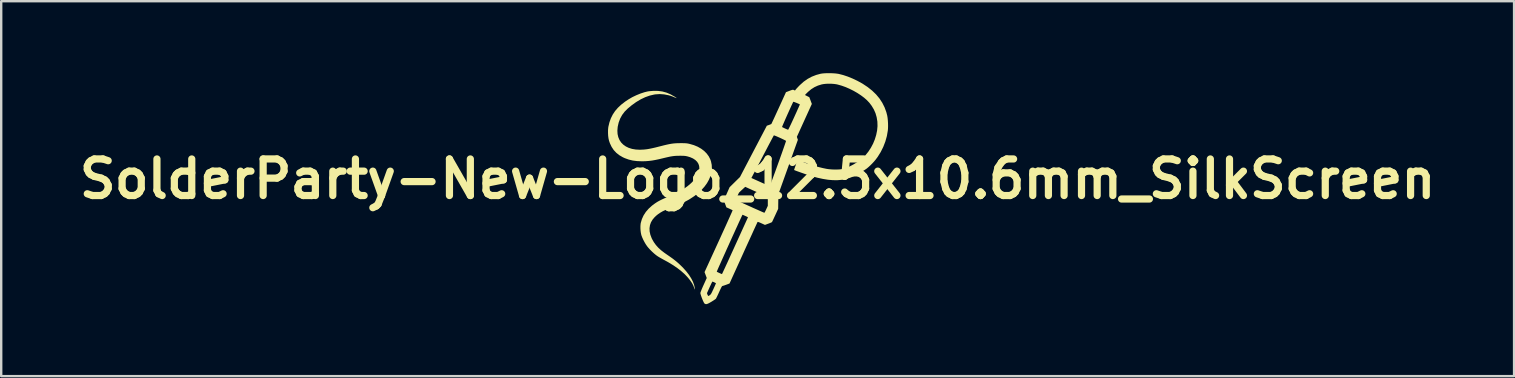
<source format=kicad_pcb>
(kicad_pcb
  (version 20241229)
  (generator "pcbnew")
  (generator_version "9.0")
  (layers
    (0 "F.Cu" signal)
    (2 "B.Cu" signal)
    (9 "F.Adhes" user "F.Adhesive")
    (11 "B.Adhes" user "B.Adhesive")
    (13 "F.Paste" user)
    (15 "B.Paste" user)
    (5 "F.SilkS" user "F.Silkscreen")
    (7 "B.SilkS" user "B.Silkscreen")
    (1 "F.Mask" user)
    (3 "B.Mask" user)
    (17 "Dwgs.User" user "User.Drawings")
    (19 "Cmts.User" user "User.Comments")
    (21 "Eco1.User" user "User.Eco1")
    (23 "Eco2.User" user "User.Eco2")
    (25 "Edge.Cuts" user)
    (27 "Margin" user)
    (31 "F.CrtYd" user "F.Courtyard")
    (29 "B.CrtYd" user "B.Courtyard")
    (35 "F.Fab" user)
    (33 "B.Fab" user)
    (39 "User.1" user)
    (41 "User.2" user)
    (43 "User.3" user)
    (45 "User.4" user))
  (footprint "SolderParty-New-Logo_12.5x10.6mm_SilkScreen"
    (layer "F.Cu")
    (at 28.528 4.41)
    (property "Reference" "SolderParty-New-Logo_12.5x10.6mm_SilkScreen" (at 0 0 0) (layer "F.SilkS") (effects (font (size 1.524 1.524) (thickness 0.3))))
    (attr through_hole)
    (fp_poly (pts (xy -4.149 -3.671) (xy -3.971 -3.647) (xy -3.8 -3.6) (xy -3.633 -3.53) (xy -3.467 -3.436) (xy -3.459 -3.432) (xy -3.411 -3.399) (xy -3.384 -3.379) (xy -3.378 -3.37) (xy -3.393 -3.373) (xy -3.422 -3.384) (xy -3.502 -3.418) (xy -3.565 -3.444) (xy -3.62 -3.463) (xy -3.672 -3.479) (xy -3.708 -3.489) (xy -3.897 -3.526) (xy -4.081 -3.539) (xy -4.26 -3.527) (xy -4.308 -3.52) (xy -4.497 -3.476) (xy -4.686 -3.409) (xy -4.875 -3.319) (xy -5.065 -3.205) (xy -5.256 -3.067) (xy -5.416 -2.934) (xy -5.543 -2.807) (xy -5.648 -2.668) (xy -5.731 -2.516) (xy -5.792 -2.353) (xy -5.832 -2.178) (xy -5.833 -2.17) (xy -5.846 -2.016) (xy -5.838 -1.873) (xy -5.808 -1.743) (xy -5.758 -1.625) (xy -5.689 -1.521) (xy -5.601 -1.432) (xy -5.495 -1.357) (xy -5.372 -1.297) (xy -5.233 -1.254) (xy -5.078 -1.228) (xy -4.908 -1.219) (xy -4.753 -1.226) (xy -4.678 -1.233) (xy -4.605 -1.242) (xy -4.529 -1.255) (xy -4.447 -1.271) (xy -4.354 -1.291) (xy -4.247 -1.316) (xy -4.122 -1.348) (xy -4.05 -1.366) (xy -3.913 -1.401) (xy -3.795 -1.429) (xy -3.692 -1.451) (xy -3.599 -1.468) (xy -3.512 -1.48) (xy -3.427 -1.487) (xy -3.338 -1.492) (xy -3.241 -1.493) (xy -3.212 -1.493) (xy -3.124 -1.493) (xy -3.056 -1.492) (xy -3.001 -1.489) (xy -2.954 -1.485) (xy -2.909 -1.478) (xy -2.861 -1.468) (xy -2.828 -1.46) (xy -2.655 -1.41) (xy -2.497 -1.344) (xy -2.355 -1.263) (xy -2.23 -1.169) (xy -2.124 -1.062) (xy -2.038 -0.945) (xy -1.973 -0.818) (xy -1.945 -0.737) (xy -1.914 -0.587) (xy -1.907 -0.434) (xy -1.924 -0.281) (xy -1.964 -0.128) (xy -2.026 0.023) (xy -2.109 0.172) (xy -2.214 0.317) (xy -2.34 0.458) (xy -2.485 0.592) (xy -2.649 0.72) (xy -2.832 0.84) (xy -2.877 0.867) (xy -3.035 0.952) (xy -3.217 1.037) (xy -3.42 1.121) (xy -3.531 1.163) (xy -3.693 1.225) (xy -3.832 1.285) (xy -3.954 1.344) (xy -4.059 1.405) (xy -4.152 1.468) (xy -4.234 1.535) (xy -4.289 1.587) (xy -4.379 1.693) (xy -4.446 1.806) (xy -4.488 1.926) (xy -4.507 2.052) (xy -4.502 2.184) (xy -4.472 2.322) (xy -4.419 2.463) (xy -4.398 2.507) (xy -4.326 2.634) (xy -4.241 2.752) (xy -4.141 2.864) (xy -4.023 2.972) (xy -3.884 3.079) (xy -3.798 3.139) (xy -3.666 3.23) (xy -3.55 3.312) (xy -3.449 3.39) (xy -3.356 3.466) (xy -3.268 3.545) (xy -3.18 3.629) (xy -3.1 3.71) (xy -2.973 3.852) (xy -2.863 3.995) (xy -2.772 4.137) (xy -2.7 4.276) (xy -2.65 4.41) (xy -2.621 4.537) (xy -2.621 4.543) (xy -2.618 4.579) (xy -2.619 4.6) (xy -2.624 4.602) (xy -2.631 4.587) (xy -2.637 4.565) (xy -2.647 4.531) (xy -2.651 4.521) (xy -2.686 4.431) (xy -2.741 4.331) (xy -2.813 4.226) (xy -2.9 4.118) (xy -2.999 4.011) (xy -3.04 3.969) (xy -3.183 3.841) (xy -3.34 3.718) (xy -3.513 3.599) (xy -3.706 3.481) (xy -3.875 3.388) (xy -3.947 3.349) (xy -4.02 3.308) (xy -4.089 3.269) (xy -4.145 3.235) (xy -4.161 3.225) (xy -4.236 3.172) (xy -4.319 3.103) (xy -4.404 3.025) (xy -4.487 2.942) (xy -4.561 2.86) (xy -4.607 2.803) (xy -4.663 2.721) (xy -4.719 2.626) (xy -4.77 2.527) (xy -4.814 2.429) (xy -4.846 2.342) (xy -4.85 2.326) (xy -4.867 2.248) (xy -4.879 2.155) (xy -4.885 2.057) (xy -4.885 1.961) (xy -4.878 1.876) (xy -4.871 1.832) (xy -4.824 1.671) (xy -4.754 1.518) (xy -4.66 1.373) (xy -4.543 1.238) (xy -4.403 1.111) (xy -4.381 1.094) (xy -4.309 1.04) (xy -4.238 0.991) (xy -4.165 0.945) (xy -4.086 0.902) (xy -3.997 0.857) (xy -3.894 0.81) (xy -3.773 0.758) (xy -3.712 0.732) (xy -3.478 0.628) (xy -3.268 0.521) (xy -3.081 0.411) (xy -2.918 0.297) (xy -2.778 0.178) (xy -2.659 0.056) (xy -2.631 0.021) (xy -2.545 -0.1) (xy -2.482 -0.217) (xy -2.444 -0.33) (xy -2.429 -0.438) (xy -2.437 -0.538) (xy -2.468 -0.632) (xy -2.521 -0.716) (xy -2.597 -0.791) (xy -2.695 -0.856) (xy -2.814 -0.908) (xy -2.919 -0.94) (xy -2.967 -0.951) (xy -3.012 -0.959) (xy -3.06 -0.964) (xy -3.118 -0.967) (xy -3.192 -0.968) (xy -3.244 -0.968) (xy -3.331 -0.967) (xy -3.41 -0.964) (xy -3.484 -0.958) (xy -3.558 -0.948) (xy -3.638 -0.935) (xy -3.727 -0.916) (xy -3.832 -0.892) (xy -3.948 -0.864) (xy -4.115 -0.824) (xy -4.263 -0.793) (xy -4.399 -0.769) (xy -4.526 -0.753) (xy -4.652 -0.743) (xy -4.779 -0.738) (xy -4.83 -0.738) (xy -5.026 -0.746) (xy -5.207 -0.769) (xy -5.376 -0.81) (xy -5.536 -0.868) (xy -5.619 -0.906) (xy -5.765 -0.991) (xy -5.891 -1.091) (xy -5.999 -1.207) (xy -6.087 -1.34) (xy -6.158 -1.489) (xy -6.195 -1.597) (xy -6.216 -1.689) (xy -6.23 -1.798) (xy -6.236 -1.914) (xy -6.236 -2.031) (xy -6.227 -2.138) (xy -6.22 -2.182) (xy -6.177 -2.362) (xy -6.117 -2.53) (xy -6.039 -2.686) (xy -5.942 -2.832) (xy -5.824 -2.969) (xy -5.684 -3.1) (xy -5.521 -3.226) (xy -5.381 -3.319) (xy -5.225 -3.41) (xy -5.056 -3.491) (xy -4.884 -3.561) (xy -4.714 -3.617) (xy -4.6 -3.645) (xy -4.55 -3.654) (xy -4.484 -3.662) (xy -4.41 -3.668) (xy -4.337 -3.673) (xy -4.336 -3.673)) (stroke (width 0) (type solid)) (fill yes) (layer "F.SilkS"))
    (fp_poly (pts (xy 3.133 -4.406) (xy 3.24 -4.399) (xy 3.334 -4.387) (xy 3.381 -4.379) (xy 3.566 -4.332) (xy 3.76 -4.267) (xy 3.958 -4.186) (xy 4.156 -4.092) (xy 4.348 -3.987) (xy 4.378 -3.969) (xy 4.586 -3.831) (xy 4.772 -3.683) (xy 4.936 -3.525) (xy 5.077 -3.356) (xy 5.195 -3.176) (xy 5.29 -2.987) (xy 5.363 -2.788) (xy 5.401 -2.641) (xy 5.416 -2.55) (xy 5.427 -2.441) (xy 5.434 -2.325) (xy 5.436 -2.208) (xy 5.433 -2.099) (xy 5.426 -2.018) (xy 5.386 -1.788) (xy 5.322 -1.56) (xy 5.236 -1.337) (xy 5.129 -1.123) (xy 5.003 -0.921) (xy 4.92 -0.809) (xy 4.855 -0.731) (xy 4.779 -0.649) (xy 4.699 -0.569) (xy 4.62 -0.496) (xy 4.549 -0.437) (xy 4.534 -0.426) (xy 4.474 -0.385) (xy 4.399 -0.336) (xy 4.316 -0.285) (xy 4.229 -0.233) (xy 4.145 -0.185) (xy 4.07 -0.144) (xy 4.009 -0.113) (xy 4.006 -0.112) (xy 3.845 -0.047) (xy 3.679 0.002) (xy 3.507 0.035) (xy 3.327 0.05) (xy 3.136 0.049) (xy 2.934 0.032) (xy 2.719 -0.003) (xy 2.49 -0.053) (xy 2.243 -0.121) (xy 2.169 -0.144) (xy 2.113 -0.162) (xy 2.045 -0.184) (xy 1.969 -0.21) (xy 1.89 -0.238) (xy 1.809 -0.266) (xy 1.732 -0.294) (xy 1.662 -0.319) (xy 1.602 -0.341) (xy 1.556 -0.359) (xy 1.528 -0.371) (xy 1.521 -0.375) (xy 1.523 -0.388) (xy 1.532 -0.419) (xy 1.547 -0.465) (xy 1.566 -0.52) (xy 1.587 -0.58) (xy 1.609 -0.64) (xy 1.629 -0.695) (xy 1.647 -0.74) (xy 1.661 -0.772) (xy 1.668 -0.785) (xy 1.68 -0.782) (xy 1.712 -0.771) (xy 1.76 -0.755) (xy 1.821 -0.733) (xy 1.89 -0.708) (xy 1.894 -0.706) (xy 2.122 -0.625) (xy 2.334 -0.557) (xy 2.532 -0.5) (xy 2.721 -0.454) (xy 2.869 -0.423) (xy 2.966 -0.409) (xy 3.074 -0.399) (xy 3.186 -0.394) (xy 3.297 -0.394) (xy 3.401 -0.398) (xy 3.492 -0.408) (xy 3.564 -0.422) (xy 3.565 -0.422) (xy 3.704 -0.468) (xy 3.845 -0.528) (xy 3.992 -0.605) (xy 4.148 -0.7) (xy 4.227 -0.753) (xy 4.367 -0.863) (xy 4.497 -0.993) (xy 4.615 -1.14) (xy 4.72 -1.301) (xy 4.811 -1.472) (xy 4.885 -1.652) (xy 4.941 -1.835) (xy 4.979 -2.02) (xy 4.996 -2.203) (xy 4.991 -2.381) (xy 4.99 -2.394) (xy 4.961 -2.573) (xy 4.913 -2.74) (xy 4.844 -2.897) (xy 4.753 -3.049) (xy 4.658 -3.175) (xy 4.56 -3.279) (xy 4.442 -3.384) (xy 4.306 -3.486) (xy 4.157 -3.584) (xy 3.998 -3.675) (xy 3.832 -3.758) (xy 3.665 -3.831) (xy 3.499 -3.89) (xy 3.339 -3.935) (xy 3.281 -3.948) (xy 3.188 -3.961) (xy 3.082 -3.969) (xy 2.97 -3.971) (xy 2.86 -3.968) (xy 2.759 -3.958) (xy 2.675 -3.943) (xy 2.671 -3.942) (xy 2.512 -3.893) (xy 2.368 -3.827) (xy 2.234 -3.742) (xy 2.105 -3.635) (xy 2.083 -3.614) (xy 2.04 -3.572) (xy 2.006 -3.537) (xy 1.983 -3.512) (xy 1.975 -3.5) (xy 1.975 -3.5) (xy 1.988 -3.492) (xy 2.018 -3.477) (xy 2.059 -3.456) (xy 2.068 -3.452) (xy 2.154 -3.408) (xy 2.207 -3.268) (xy 2.259 -3.128) (xy 1.947 -2.443) (xy 1.635 -1.757) (xy 1.677 -1.632) (xy 1.271 -0.498) (xy 0.864 0.637) (xy 0.856 1.244) (xy 0.732 1.513) (xy 0.696 1.59) (xy 0.664 1.659) (xy 0.637 1.717) (xy 0.615 1.762) (xy 0.602 1.789) (xy 0.598 1.796) (xy 0.583 1.805) (xy 0.549 1.821) (xy 0.502 1.841) (xy 0.446 1.862) (xy 0.305 1.914) (xy 0.156 1.846) (xy 0.089 1.816) (xy 0.042 1.798) (xy 0.012 1.789) (xy -0.002 1.791) (xy -0.004 1.792) (xy -0.01 1.805) (xy -0.026 1.84) (xy -0.051 1.894) (xy -0.085 1.967) (xy -0.126 2.056) (xy -0.174 2.161) (xy -0.228 2.281) (xy -0.288 2.412) (xy -0.353 2.555) (xy -0.423 2.707) (xy -0.496 2.867) (xy -0.572 3.034) (xy -0.593 3.082) (xy -1.172 4.356) (xy -1.302 4.405) (xy -1.358 4.425) (xy -1.407 4.442) (xy -1.445 4.454) (xy -1.461 4.457) (xy -1.472 4.461) (xy -1.484 4.471) (xy -1.498 4.491) (xy -1.516 4.523) (xy -1.539 4.57) (xy -1.57 4.634) (xy -1.605 4.711) (xy -1.639 4.786) (xy -1.671 4.854) (xy -1.699 4.912) (xy -1.721 4.956) (xy -1.735 4.983) (xy -1.738 4.988) (xy -1.754 5.003) (xy -1.789 5.028) (xy -1.836 5.06) (xy -1.893 5.096) (xy -1.923 5.115) (xy -2.001 5.16) (xy -2.063 5.192) (xy -2.11 5.21) (xy -2.148 5.217) (xy -2.179 5.211) (xy -2.207 5.196) (xy -2.218 5.187) (xy -2.234 5.165) (xy -2.255 5.124) (xy -2.28 5.07) (xy -2.306 5.007) (xy -2.332 4.941) (xy -2.354 4.877) (xy -2.373 4.82) (xy -2.384 4.775) (xy -2.387 4.759) (xy -2.112 4.759) (xy -2.091 4.818) (xy -2.076 4.852) (xy -2.062 4.873) (xy -2.056 4.877) (xy -2.039 4.87) (xy -2.01 4.853) (xy -1.994 4.842) (xy -1.976 4.828) (xy -1.959 4.81) (xy -1.941 4.786) (xy -1.921 4.751) (xy -1.897 4.702) (xy -1.866 4.636) (xy -1.841 4.583) (xy -1.81 4.514) (xy -1.782 4.452) (xy -1.76 4.401) (xy -1.745 4.366) (xy -1.738 4.349) (xy -1.738 4.348) (xy -1.748 4.339) (xy -1.774 4.324) (xy -1.808 4.307) (xy -1.844 4.291) (xy -1.872 4.28) (xy -1.886 4.277) (xy -1.893 4.288) (xy -1.91 4.318) (xy -1.933 4.365) (xy -1.961 4.425) (xy -1.993 4.494) (xy -2.004 4.518) (xy -2.112 4.759) (xy -2.387 4.759) (xy -2.388 4.752) (xy -2.382 4.73) (xy -2.368 4.689) (xy -2.345 4.631) (xy -2.316 4.561) (xy -2.282 4.482) (xy -2.254 4.421) (xy -2.121 4.127) (xy -2.167 4.004) (xy -2.213 3.881) (xy -2.205 3.864) (xy -1.704 3.864) (xy -1.689 3.873) (xy -1.658 3.889) (xy -1.617 3.908) (xy -1.573 3.928) (xy -1.533 3.946) (xy -1.502 3.959) (xy -1.487 3.964) (xy -1.481 3.953) (xy -1.465 3.921) (xy -1.441 3.869) (xy -1.408 3.798) (xy -1.367 3.711) (xy -1.32 3.608) (xy -1.266 3.492) (xy -1.207 3.363) (xy -1.144 3.224) (xy -1.076 3.075) (xy -1.004 2.918) (xy -0.941 2.779) (xy -0.402 1.595) (xy -0.515 1.541) (xy -0.563 1.519) (xy -0.602 1.502) (xy -0.626 1.492) (xy -0.631 1.491) (xy -0.639 1.505) (xy -0.656 1.54) (xy -0.681 1.594) (xy -0.714 1.665) (xy -0.754 1.751) (xy -0.8 1.851) (xy -0.85 1.962) (xy -0.906 2.083) (xy -0.964 2.212) (xy -1.026 2.347) (xy -1.089 2.486) (xy -1.153 2.628) (xy -1.217 2.77) (xy -1.281 2.911) (xy -1.343 3.05) (xy -1.403 3.183) (xy -1.46 3.31) (xy -1.513 3.428) (xy -1.561 3.536) (xy -1.604 3.631) (xy -1.64 3.713) (xy -1.669 3.779) (xy -1.689 3.828) (xy -1.701 3.857) (xy -1.704 3.864) (xy -2.205 3.864) (xy -1.624 2.596) (xy -1.547 2.427) (xy -1.473 2.264) (xy -1.402 2.109) (xy -1.336 1.964) (xy -1.275 1.829) (xy -1.22 1.706) (xy -1.171 1.597) (xy -1.129 1.503) (xy -1.094 1.425) (xy -1.068 1.366) (xy -1.051 1.325) (xy -1.043 1.306) (xy -1.043 1.304) (xy -1.056 1.296) (xy -1.087 1.281) (xy -1.132 1.26) (xy -1.176 1.239) (xy -1.303 1.182) (xy -1.357 1.035) (xy -1.411 0.889) (xy -1.403 0.87) (xy -0.907 0.87) (xy -0.907 0.872) (xy -0.894 0.88) (xy -0.86 0.896) (xy -0.809 0.92) (xy -0.743 0.951) (xy -0.665 0.987) (xy -0.578 1.027) (xy -0.483 1.07) (xy -0.384 1.115) (xy -0.283 1.16) (xy -0.183 1.206) (xy -0.086 1.249) (xy 0.005 1.289) (xy 0.087 1.326) (xy 0.158 1.357) (xy 0.215 1.382) (xy 0.256 1.399) (xy 0.278 1.408) (xy 0.281 1.409) (xy 0.29 1.396) (xy 0.308 1.366) (xy 0.33 1.322) (xy 0.356 1.268) (xy 0.358 1.262) (xy 0.424 1.119) (xy 0.424 0.936) (xy 0.425 0.753) (xy 0.141 0.625) (xy 0.048 0.583) (xy -0.049 0.539) (xy -0.145 0.496) (xy -0.234 0.456) (xy -0.308 0.422) (xy -0.331 0.412) (xy -0.517 0.327) (xy -0.638 0.438) (xy -0.685 0.481) (xy -0.725 0.519) (xy -0.755 0.548) (xy -0.772 0.565) (xy -0.773 0.566) (xy -0.784 0.585) (xy -0.802 0.62) (xy -0.824 0.666) (xy -0.846 0.716) (xy -0.869 0.767) (xy -0.888 0.813) (xy -0.901 0.849) (xy -0.907 0.87) (xy -1.403 0.87) (xy -1.29 0.617) (xy -1.169 0.344) (xy -0.953 0.131) (xy -0.777 -0.042) (xy -0.261 -0.042) (xy 0.116 0.128) (xy 0.207 0.169) (xy 0.291 0.206) (xy 0.364 0.239) (xy 0.425 0.265) (xy 0.471 0.284) (xy 0.499 0.294) (xy 0.506 0.296) (xy 0.512 0.284) (xy 0.526 0.25) (xy 0.546 0.196) (xy 0.574 0.124) (xy 0.607 0.035) (xy 0.645 -0.068) (xy 0.687 -0.184) (xy 0.734 -0.311) (xy 0.783 -0.447) (xy 0.835 -0.591) (xy 0.852 -0.639) (xy 0.905 -0.785) (xy 0.954 -0.924) (xy 1.001 -1.055) (xy 1.044 -1.176) (xy 1.082 -1.285) (xy 1.115 -1.38) (xy 1.142 -1.459) (xy 1.163 -1.52) (xy 1.177 -1.563) (xy 1.184 -1.584) (xy 1.184 -1.586) (xy 1.172 -1.596) (xy 1.142 -1.613) (xy 1.096 -1.637) (xy 1.04 -1.664) (xy 0.977 -1.694) (xy 0.911 -1.724) (xy 0.846 -1.753) (xy 0.786 -1.779) (xy 0.736 -1.799) (xy 0.698 -1.813) (xy 0.677 -1.818) (xy 0.675 -1.817) (xy 0.668 -1.805) (xy 0.65 -1.772) (xy 0.622 -1.721) (xy 0.586 -1.652) (xy 0.542 -1.569) (xy 0.491 -1.473) (xy 0.434 -1.365) (xy 0.373 -1.248) (xy 0.307 -1.122) (xy 0.256 -1.026) (xy 0.187 -0.893) (xy 0.12 -0.764) (xy 0.056 -0.642) (xy -0.004 -0.528) (xy -0.058 -0.425) (xy -0.106 -0.334) (xy -0.146 -0.258) (xy -0.178 -0.199) (xy -0.199 -0.158) (xy -0.207 -0.143) (xy -0.261 -0.042) (xy -0.777 -0.042) (xy -0.737 -0.081) (xy -0.177 -1.151) (xy 0.355 -2.166) (xy 1.018 -2.166) (xy 1.033 -2.157) (xy 1.066 -2.141) (xy 1.109 -2.12) (xy 1.156 -2.098) (xy 1.202 -2.078) (xy 1.241 -2.062) (xy 1.265 -2.053) (xy 1.27 -2.052) (xy 1.278 -2.063) (xy 1.295 -2.094) (xy 1.32 -2.144) (xy 1.352 -2.21) (xy 1.39 -2.289) (xy 1.433 -2.381) (xy 1.479 -2.481) (xy 1.524 -2.578) (xy 1.572 -2.685) (xy 1.618 -2.785) (xy 1.658 -2.876) (xy 1.694 -2.954) (xy 1.722 -3.019) (xy 1.744 -3.068) (xy 1.756 -3.098) (xy 1.76 -3.108) (xy 1.743 -3.119) (xy 1.709 -3.134) (xy 1.666 -3.153) (xy 1.617 -3.174) (xy 1.569 -3.192) (xy 1.528 -3.207) (xy 1.499 -3.217) (xy 1.487 -3.218) (xy 1.478 -3.203) (xy 1.461 -3.168) (xy 1.437 -3.116) (xy 1.406 -3.051) (xy 1.371 -2.974) (xy 1.332 -2.888) (xy 1.291 -2.797) (xy 1.248 -2.702) (xy 1.206 -2.607) (xy 1.165 -2.515) (xy 1.127 -2.428) (xy 1.093 -2.349) (xy 1.063 -2.281) (xy 1.04 -2.226) (xy 1.025 -2.187) (xy 1.018 -2.168) (xy 1.018 -2.166) (xy 0.355 -2.166) (xy 0.383 -2.22) (xy 0.472 -2.251) (xy 0.516 -2.268) (xy 0.551 -2.282) (xy 0.57 -2.292) (xy 0.571 -2.293) (xy 0.578 -2.306) (xy 0.594 -2.339) (xy 0.619 -2.392) (xy 0.651 -2.461) (xy 0.69 -2.544) (xy 0.734 -2.64) (xy 0.783 -2.747) (xy 0.836 -2.862) (xy 0.881 -2.96) (xy 1.181 -3.618) (xy 1.325 -3.673) (xy 1.385 -3.696) (xy 1.427 -3.71) (xy 1.456 -3.718) (xy 1.476 -3.719) (xy 1.494 -3.715) (xy 1.512 -3.707) (xy 1.556 -3.687) (xy 1.593 -3.735) (xy 1.615 -3.761) (xy 1.651 -3.8) (xy 1.696 -3.848) (xy 1.746 -3.899) (xy 1.762 -3.915) (xy 1.917 -4.054) (xy 2.081 -4.17) (xy 2.256 -4.264) (xy 2.443 -4.337) (xy 2.625 -4.386) (xy 2.702 -4.398) (xy 2.798 -4.406) (xy 2.906 -4.41) (xy 3.02 -4.41)) (stroke (width 0) (type solid)) (fill yes) (layer "F.SilkS")))
  (gr_rect
    (start -3 -3)
    (end 60.056 12.627)
    (stroke (width 0.1) (type default))
    (fill no)
    (layer "Edge.Cuts")))
</source>
